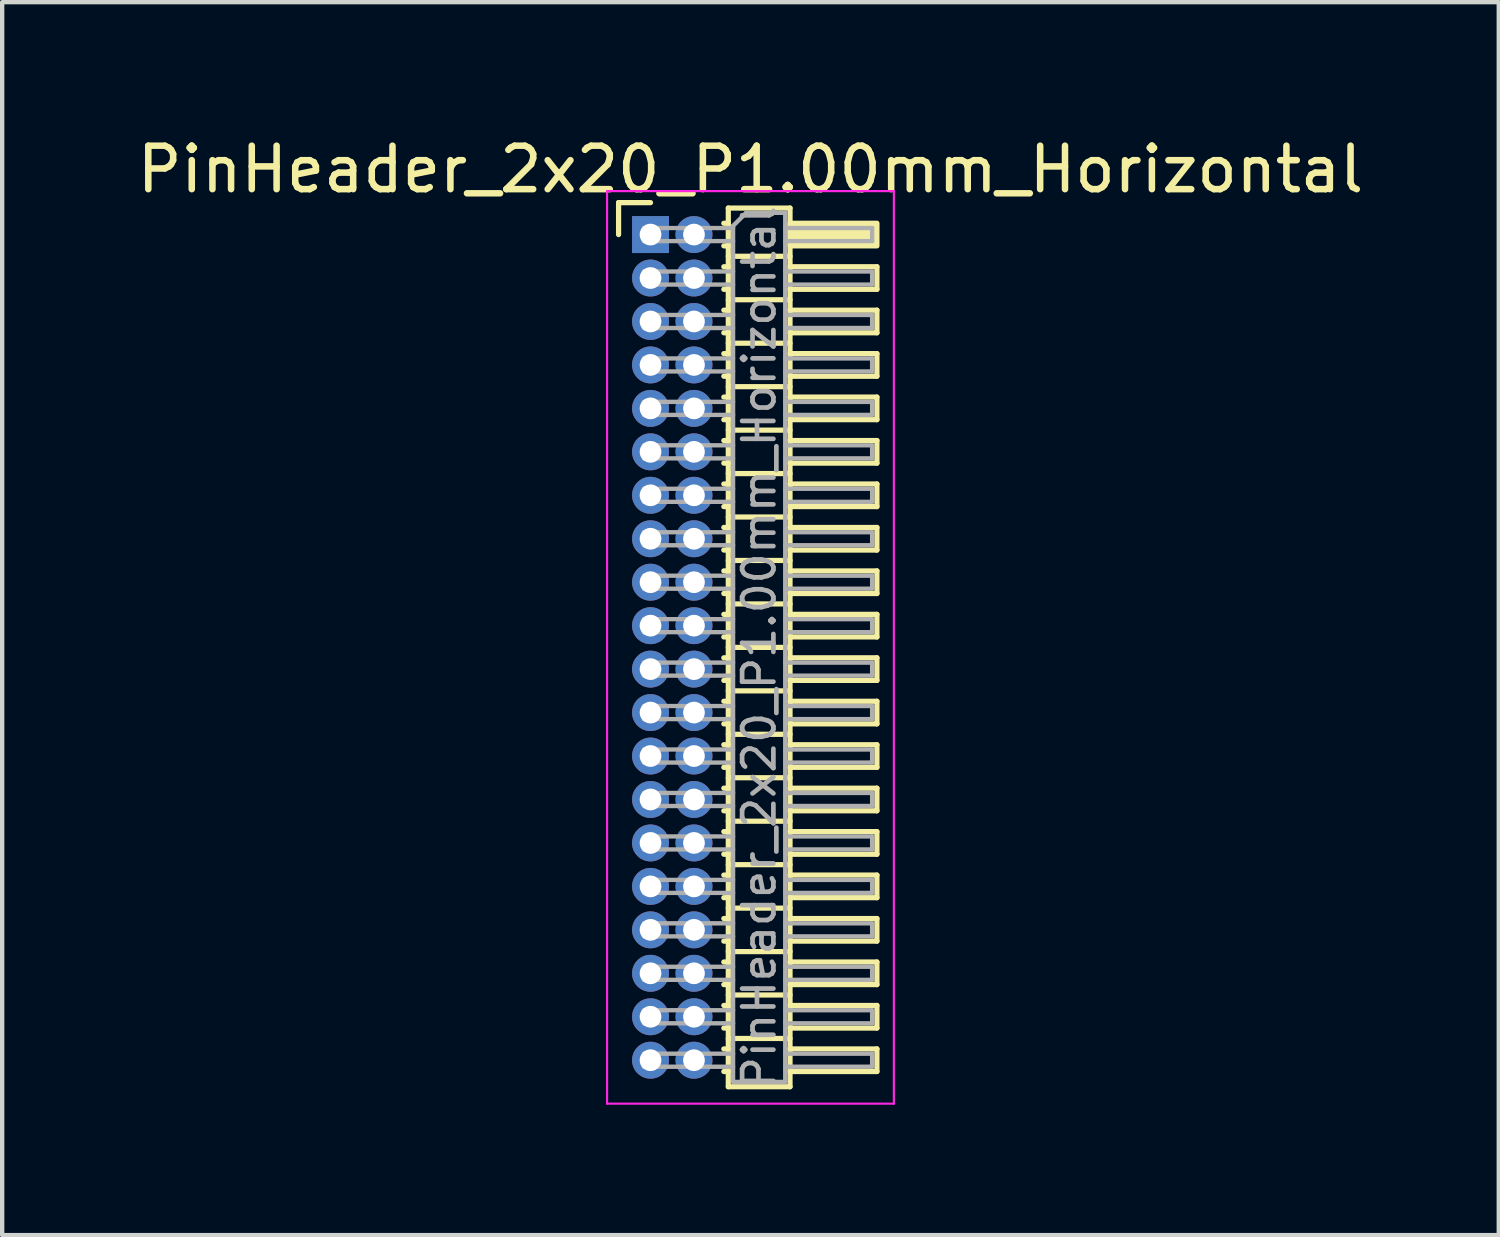
<source format=kicad_pcb>
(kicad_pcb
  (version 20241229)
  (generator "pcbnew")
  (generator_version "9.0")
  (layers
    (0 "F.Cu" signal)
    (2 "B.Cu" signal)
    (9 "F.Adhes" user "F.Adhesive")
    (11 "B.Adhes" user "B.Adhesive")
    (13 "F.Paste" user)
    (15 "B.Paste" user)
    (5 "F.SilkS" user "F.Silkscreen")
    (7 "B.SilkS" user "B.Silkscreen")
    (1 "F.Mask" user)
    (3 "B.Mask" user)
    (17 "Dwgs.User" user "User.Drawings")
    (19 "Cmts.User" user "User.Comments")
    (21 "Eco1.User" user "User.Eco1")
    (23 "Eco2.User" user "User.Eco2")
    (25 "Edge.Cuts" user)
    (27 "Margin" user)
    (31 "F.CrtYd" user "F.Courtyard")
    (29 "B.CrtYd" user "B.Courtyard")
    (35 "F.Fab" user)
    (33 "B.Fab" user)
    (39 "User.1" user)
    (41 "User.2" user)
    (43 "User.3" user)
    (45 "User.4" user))
  (footprint "PinHeader_2x20_P1.00mm_Horizontal"
    (layer "F.Cu")
    (at 11.92 2.348)
    (property "Reference" "PinHeader_2x20_P1.00mm_Horizontal" (at 2.3 -1.5 0) (layer "F.SilkS") (effects (font (size 1 1) (thickness 0.15))))
    (attr through_hole)
    (fp_line (start -0.735 -0.735) (end 0 -0.735) (stroke (width 0.12) (type solid)) (layer "F.SilkS"))
    (fp_line (start -0.735 0) (end -0.735 -0.735) (stroke (width 0.12) (type solid)) (layer "F.SilkS"))
    (fp_line (start 1.687 -0.26) (end 1.79 -0.26) (stroke (width 0.12) (type solid)) (layer "F.SilkS"))
    (fp_line (start 1.687 0.26) (end 1.79 0.26) (stroke (width 0.12) (type solid)) (layer "F.SilkS"))
    (fp_line (start 1.687 0.74) (end 1.79 0.74) (stroke (width 0.12) (type solid)) (layer "F.SilkS"))
    (fp_line (start 1.687 1.26) (end 1.79 1.26) (stroke (width 0.12) (type solid)) (layer "F.SilkS"))
    (fp_line (start 1.687 1.74) (end 1.79 1.74) (stroke (width 0.12) (type solid)) (layer "F.SilkS"))
    (fp_line (start 1.687 2.26) (end 1.79 2.26) (stroke (width 0.12) (type solid)) (layer "F.SilkS"))
    (fp_line (start 1.687 2.74) (end 1.79 2.74) (stroke (width 0.12) (type solid)) (layer "F.SilkS"))
    (fp_line (start 1.687 3.26) (end 1.79 3.26) (stroke (width 0.12) (type solid)) (layer "F.SilkS"))
    (fp_line (start 1.687 3.74) (end 1.79 3.74) (stroke (width 0.12) (type solid)) (layer "F.SilkS"))
    (fp_line (start 1.687 4.26) (end 1.79 4.26) (stroke (width 0.12) (type solid)) (layer "F.SilkS"))
    (fp_line (start 1.687 4.74) (end 1.79 4.74) (stroke (width 0.12) (type solid)) (layer "F.SilkS"))
    (fp_line (start 1.687 5.26) (end 1.79 5.26) (stroke (width 0.12) (type solid)) (layer "F.SilkS"))
    (fp_line (start 1.687 5.74) (end 1.79 5.74) (stroke (width 0.12) (type solid)) (layer "F.SilkS"))
    (fp_line (start 1.687 6.26) (end 1.79 6.26) (stroke (width 0.12) (type solid)) (layer "F.SilkS"))
    (fp_line (start 1.687 6.74) (end 1.79 6.74) (stroke (width 0.12) (type solid)) (layer "F.SilkS"))
    (fp_line (start 1.687 7.26) (end 1.79 7.26) (stroke (width 0.12) (type solid)) (layer "F.SilkS"))
    (fp_line (start 1.687 7.74) (end 1.79 7.74) (stroke (width 0.12) (type solid)) (layer "F.SilkS"))
    (fp_line (start 1.687 8.26) (end 1.79 8.26) (stroke (width 0.12) (type solid)) (layer "F.SilkS"))
    (fp_line (start 1.687 8.74) (end 1.79 8.74) (stroke (width 0.12) (type solid)) (layer "F.SilkS"))
    (fp_line (start 1.687 9.26) (end 1.79 9.26) (stroke (width 0.12) (type solid)) (layer "F.SilkS"))
    (fp_line (start 1.687 9.74) (end 1.79 9.74) (stroke (width 0.12) (type solid)) (layer "F.SilkS"))
    (fp_line (start 1.687 10.26) (end 1.79 10.26) (stroke (width 0.12) (type solid)) (layer "F.SilkS"))
    (fp_line (start 1.687 10.74) (end 1.79 10.74) (stroke (width 0.12) (type solid)) (layer "F.SilkS"))
    (fp_line (start 1.687 11.26) (end 1.79 11.26) (stroke (width 0.12) (type solid)) (layer "F.SilkS"))
    (fp_line (start 1.687 11.74) (end 1.79 11.74) (stroke (width 0.12) (type solid)) (layer "F.SilkS"))
    (fp_line (start 1.687 12.26) (end 1.79 12.26) (stroke (width 0.12) (type solid)) (layer "F.SilkS"))
    (fp_line (start 1.687 12.74) (end 1.79 12.74) (stroke (width 0.12) (type solid)) (layer "F.SilkS"))
    (fp_line (start 1.687 13.26) (end 1.79 13.26) (stroke (width 0.12) (type solid)) (layer "F.SilkS"))
    (fp_line (start 1.687 13.74) (end 1.79 13.74) (stroke (width 0.12) (type solid)) (layer "F.SilkS"))
    (fp_line (start 1.687 14.26) (end 1.79 14.26) (stroke (width 0.12) (type solid)) (layer "F.SilkS"))
    (fp_line (start 1.687 14.74) (end 1.79 14.74) (stroke (width 0.12) (type solid)) (layer "F.SilkS"))
    (fp_line (start 1.687 15.26) (end 1.79 15.26) (stroke (width 0.12) (type solid)) (layer "F.SilkS"))
    (fp_line (start 1.687 15.74) (end 1.79 15.74) (stroke (width 0.12) (type solid)) (layer "F.SilkS"))
    (fp_line (start 1.687 16.26) (end 1.79 16.26) (stroke (width 0.12) (type solid)) (layer "F.SilkS"))
    (fp_line (start 1.687 16.74) (end 1.79 16.74) (stroke (width 0.12) (type solid)) (layer "F.SilkS"))
    (fp_line (start 1.687 17.26) (end 1.79 17.26) (stroke (width 0.12) (type solid)) (layer "F.SilkS"))
    (fp_line (start 1.687 17.74) (end 1.79 17.74) (stroke (width 0.12) (type solid)) (layer "F.SilkS"))
    (fp_line (start 1.687 18.26) (end 1.79 18.26) (stroke (width 0.12) (type solid)) (layer "F.SilkS"))
    (fp_line (start 1.687 18.74) (end 1.79 18.74) (stroke (width 0.12) (type solid)) (layer "F.SilkS"))
    (fp_line (start 1.687 19.26) (end 1.79 19.26) (stroke (width 0.12) (type solid)) (layer "F.SilkS"))
    (fp_line (start 1.79 -0.61) (end 1.79 19.61) (stroke (width 0.12) (type solid)) (layer "F.SilkS"))
    (fp_line (start 1.79 0.5) (end 3.21 0.5) (stroke (width 0.12) (type solid)) (layer "F.SilkS"))
    (fp_line (start 1.79 1.5) (end 3.21 1.5) (stroke (width 0.12) (type solid)) (layer "F.SilkS"))
    (fp_line (start 1.79 2.5) (end 3.21 2.5) (stroke (width 0.12) (type solid)) (layer "F.SilkS"))
    (fp_line (start 1.79 3.5) (end 3.21 3.5) (stroke (width 0.12) (type solid)) (layer "F.SilkS"))
    (fp_line (start 1.79 4.5) (end 3.21 4.5) (stroke (width 0.12) (type solid)) (layer "F.SilkS"))
    (fp_line (start 1.79 5.5) (end 3.21 5.5) (stroke (width 0.12) (type solid)) (layer "F.SilkS"))
    (fp_line (start 1.79 6.5) (end 3.21 6.5) (stroke (width 0.12) (type solid)) (layer "F.SilkS"))
    (fp_line (start 1.79 7.5) (end 3.21 7.5) (stroke (width 0.12) (type solid)) (layer "F.SilkS"))
    (fp_line (start 1.79 8.5) (end 3.21 8.5) (stroke (width 0.12) (type solid)) (layer "F.SilkS"))
    (fp_line (start 1.79 9.5) (end 3.21 9.5) (stroke (width 0.12) (type solid)) (layer "F.SilkS"))
    (fp_line (start 1.79 10.5) (end 3.21 10.5) (stroke (width 0.12) (type solid)) (layer "F.SilkS"))
    (fp_line (start 1.79 11.5) (end 3.21 11.5) (stroke (width 0.12) (type solid)) (layer "F.SilkS"))
    (fp_line (start 1.79 12.5) (end 3.21 12.5) (stroke (width 0.12) (type solid)) (layer "F.SilkS"))
    (fp_line (start 1.79 13.5) (end 3.21 13.5) (stroke (width 0.12) (type solid)) (layer "F.SilkS"))
    (fp_line (start 1.79 14.5) (end 3.21 14.5) (stroke (width 0.12) (type solid)) (layer "F.SilkS"))
    (fp_line (start 1.79 15.5) (end 3.21 15.5) (stroke (width 0.12) (type solid)) (layer "F.SilkS"))
    (fp_line (start 1.79 16.5) (end 3.21 16.5) (stroke (width 0.12) (type solid)) (layer "F.SilkS"))
    (fp_line (start 1.79 17.5) (end 3.21 17.5) (stroke (width 0.12) (type solid)) (layer "F.SilkS"))
    (fp_line (start 1.79 18.5) (end 3.21 18.5) (stroke (width 0.12) (type solid)) (layer "F.SilkS"))
    (fp_line (start 1.79 19.61) (end 3.21 19.61) (stroke (width 0.12) (type solid)) (layer "F.SilkS"))
    (fp_line (start 3.21 -0.61) (end 1.79 -0.61) (stroke (width 0.12) (type solid)) (layer "F.SilkS"))
    (fp_line (start 3.21 0.74) (end 5.21 0.74) (stroke (width 0.12) (type solid)) (layer "F.SilkS"))
    (fp_line (start 3.21 1.74) (end 5.21 1.74) (stroke (width 0.12) (type solid)) (layer "F.SilkS"))
    (fp_line (start 3.21 2.74) (end 5.21 2.74) (stroke (width 0.12) (type solid)) (layer "F.SilkS"))
    (fp_line (start 3.21 3.74) (end 5.21 3.74) (stroke (width 0.12) (type solid)) (layer "F.SilkS"))
    (fp_line (start 3.21 4.74) (end 5.21 4.74) (stroke (width 0.12) (type solid)) (layer "F.SilkS"))
    (fp_line (start 3.21 5.74) (end 5.21 5.74) (stroke (width 0.12) (type solid)) (layer "F.SilkS"))
    (fp_line (start 3.21 6.74) (end 5.21 6.74) (stroke (width 0.12) (type solid)) (layer "F.SilkS"))
    (fp_line (start 3.21 7.74) (end 5.21 7.74) (stroke (width 0.12) (type solid)) (layer "F.SilkS"))
    (fp_line (start 3.21 8.74) (end 5.21 8.74) (stroke (width 0.12) (type solid)) (layer "F.SilkS"))
    (fp_line (start 3.21 9.74) (end 5.21 9.74) (stroke (width 0.12) (type solid)) (layer "F.SilkS"))
    (fp_line (start 3.21 10.74) (end 5.21 10.74) (stroke (width 0.12) (type solid)) (layer "F.SilkS"))
    (fp_line (start 3.21 11.74) (end 5.21 11.74) (stroke (width 0.12) (type solid)) (layer "F.SilkS"))
    (fp_line (start 3.21 12.74) (end 5.21 12.74) (stroke (width 0.12) (type solid)) (layer "F.SilkS"))
    (fp_line (start 3.21 13.74) (end 5.21 13.74) (stroke (width 0.12) (type solid)) (layer "F.SilkS"))
    (fp_line (start 3.21 14.74) (end 5.21 14.74) (stroke (width 0.12) (type solid)) (layer "F.SilkS"))
    (fp_line (start 3.21 15.74) (end 5.21 15.74) (stroke (width 0.12) (type solid)) (layer "F.SilkS"))
    (fp_line (start 3.21 16.74) (end 5.21 16.74) (stroke (width 0.12) (type solid)) (layer "F.SilkS"))
    (fp_line (start 3.21 17.74) (end 5.21 17.74) (stroke (width 0.12) (type solid)) (layer "F.SilkS"))
    (fp_line (start 3.21 18.74) (end 5.21 18.74) (stroke (width 0.12) (type solid)) (layer "F.SilkS"))
    (fp_line (start 3.21 19.61) (end 3.21 -0.61) (stroke (width 0.12) (type solid)) (layer "F.SilkS"))
    (fp_line (start 5.21 0.74) (end 5.21 1.26) (stroke (width 0.12) (type solid)) (layer "F.SilkS"))
    (fp_line (start 5.21 1.26) (end 3.21 1.26) (stroke (width 0.12) (type solid)) (layer "F.SilkS"))
    (fp_line (start 5.21 1.74) (end 5.21 2.26) (stroke (width 0.12) (type solid)) (layer "F.SilkS"))
    (fp_line (start 5.21 2.26) (end 3.21 2.26) (stroke (width 0.12) (type solid)) (layer "F.SilkS"))
    (fp_line (start 5.21 2.74) (end 5.21 3.26) (stroke (width 0.12) (type solid)) (layer "F.SilkS"))
    (fp_line (start 5.21 3.26) (end 3.21 3.26) (stroke (width 0.12) (type solid)) (layer "F.SilkS"))
    (fp_line (start 5.21 3.74) (end 5.21 4.26) (stroke (width 0.12) (type solid)) (layer "F.SilkS"))
    (fp_line (start 5.21 4.26) (end 3.21 4.26) (stroke (width 0.12) (type solid)) (layer "F.SilkS"))
    (fp_line (start 5.21 4.74) (end 5.21 5.26) (stroke (width 0.12) (type solid)) (layer "F.SilkS"))
    (fp_line (start 5.21 5.26) (end 3.21 5.26) (stroke (width 0.12) (type solid)) (layer "F.SilkS"))
    (fp_line (start 5.21 5.74) (end 5.21 6.26) (stroke (width 0.12) (type solid)) (layer "F.SilkS"))
    (fp_line (start 5.21 6.26) (end 3.21 6.26) (stroke (width 0.12) (type solid)) (layer "F.SilkS"))
    (fp_line (start 5.21 6.74) (end 5.21 7.26) (stroke (width 0.12) (type solid)) (layer "F.SilkS"))
    (fp_line (start 5.21 7.26) (end 3.21 7.26) (stroke (width 0.12) (type solid)) (layer "F.SilkS"))
    (fp_line (start 5.21 7.74) (end 5.21 8.26) (stroke (width 0.12) (type solid)) (layer "F.SilkS"))
    (fp_line (start 5.21 8.26) (end 3.21 8.26) (stroke (width 0.12) (type solid)) (layer "F.SilkS"))
    (fp_line (start 5.21 8.74) (end 5.21 9.26) (stroke (width 0.12) (type solid)) (layer "F.SilkS"))
    (fp_line (start 5.21 9.26) (end 3.21 9.26) (stroke (width 0.12) (type solid)) (layer "F.SilkS"))
    (fp_line (start 5.21 9.74) (end 5.21 10.26) (stroke (width 0.12) (type solid)) (layer "F.SilkS"))
    (fp_line (start 5.21 10.26) (end 3.21 10.26) (stroke (width 0.12) (type solid)) (layer "F.SilkS"))
    (fp_line (start 5.21 10.74) (end 5.21 11.26) (stroke (width 0.12) (type solid)) (layer "F.SilkS"))
    (fp_line (start 5.21 11.26) (end 3.21 11.26) (stroke (width 0.12) (type solid)) (layer "F.SilkS"))
    (fp_line (start 5.21 11.74) (end 5.21 12.26) (stroke (width 0.12) (type solid)) (layer "F.SilkS"))
    (fp_line (start 5.21 12.26) (end 3.21 12.26) (stroke (width 0.12) (type solid)) (layer "F.SilkS"))
    (fp_line (start 5.21 12.74) (end 5.21 13.26) (stroke (width 0.12) (type solid)) (layer "F.SilkS"))
    (fp_line (start 5.21 13.26) (end 3.21 13.26) (stroke (width 0.12) (type solid)) (layer "F.SilkS"))
    (fp_line (start 5.21 13.74) (end 5.21 14.26) (stroke (width 0.12) (type solid)) (layer "F.SilkS"))
    (fp_line (start 5.21 14.26) (end 3.21 14.26) (stroke (width 0.12) (type solid)) (layer "F.SilkS"))
    (fp_line (start 5.21 14.74) (end 5.21 15.26) (stroke (width 0.12) (type solid)) (layer "F.SilkS"))
    (fp_line (start 5.21 15.26) (end 3.21 15.26) (stroke (width 0.12) (type solid)) (layer "F.SilkS"))
    (fp_line (start 5.21 15.74) (end 5.21 16.26) (stroke (width 0.12) (type solid)) (layer "F.SilkS"))
    (fp_line (start 5.21 16.26) (end 3.21 16.26) (stroke (width 0.12) (type solid)) (layer "F.SilkS"))
    (fp_line (start 5.21 16.74) (end 5.21 17.26) (stroke (width 0.12) (type solid)) (layer "F.SilkS"))
    (fp_line (start 5.21 17.26) (end 3.21 17.26) (stroke (width 0.12) (type solid)) (layer "F.SilkS"))
    (fp_line (start 5.21 17.74) (end 5.21 18.26) (stroke (width 0.12) (type solid)) (layer "F.SilkS"))
    (fp_line (start 5.21 18.26) (end 3.21 18.26) (stroke (width 0.12) (type solid)) (layer "F.SilkS"))
    (fp_line (start 5.21 18.74) (end 5.21 19.26) (stroke (width 0.12) (type solid)) (layer "F.SilkS"))
    (fp_line (start 5.21 19.26) (end 3.21 19.26) (stroke (width 0.12) (type solid)) (layer "F.SilkS"))
    (fp_rect (start 3.21 -0.26) (end 5.21 0.26) (stroke (width 0.12) (type solid)) (fill yes) (layer "F.SilkS"))
    (fp_line (start -1 -1) (end -1 20) (stroke (width 0.05) (type solid)) (layer "F.CrtYd"))
    (fp_line (start -1 20) (end 5.6 20) (stroke (width 0.05) (type solid)) (layer "F.CrtYd"))
    (fp_line (start 5.6 -1) (end -1 -1) (stroke (width 0.05) (type solid)) (layer "F.CrtYd"))
    (fp_line (start 5.6 20) (end 5.6 -1) (stroke (width 0.05) (type solid)) (layer "F.CrtYd"))
    (fp_line (start -0.15 -0.15) (end -0.15 0.15) (stroke (width 0.1) (type solid)) (layer "F.Fab"))
    (fp_line (start -0.15 -0.15) (end 1.9 -0.15) (stroke (width 0.1) (type solid)) (layer "F.Fab"))
    (fp_line (start -0.15 0.15) (end 1.9 0.15) (stroke (width 0.1) (type solid)) (layer "F.Fab"))
    (fp_line (start -0.15 0.85) (end -0.15 1.15) (stroke (width 0.1) (type solid)) (layer "F.Fab"))
    (fp_line (start -0.15 0.85) (end 1.9 0.85) (stroke (width 0.1) (type solid)) (layer "F.Fab"))
    (fp_line (start -0.15 1.15) (end 1.9 1.15) (stroke (width 0.1) (type solid)) (layer "F.Fab"))
    (fp_line (start -0.15 1.85) (end -0.15 2.15) (stroke (width 0.1) (type solid)) (layer "F.Fab"))
    (fp_line (start -0.15 1.85) (end 1.9 1.85) (stroke (width 0.1) (type solid)) (layer "F.Fab"))
    (fp_line (start -0.15 2.15) (end 1.9 2.15) (stroke (width 0.1) (type solid)) (layer "F.Fab"))
    (fp_line (start -0.15 2.85) (end -0.15 3.15) (stroke (width 0.1) (type solid)) (layer "F.Fab"))
    (fp_line (start -0.15 2.85) (end 1.9 2.85) (stroke (width 0.1) (type solid)) (layer "F.Fab"))
    (fp_line (start -0.15 3.15) (end 1.9 3.15) (stroke (width 0.1) (type solid)) (layer "F.Fab"))
    (fp_line (start -0.15 3.85) (end -0.15 4.15) (stroke (width 0.1) (type solid)) (layer "F.Fab"))
    (fp_line (start -0.15 3.85) (end 1.9 3.85) (stroke (width 0.1) (type solid)) (layer "F.Fab"))
    (fp_line (start -0.15 4.15) (end 1.9 4.15) (stroke (width 0.1) (type solid)) (layer "F.Fab"))
    (fp_line (start -0.15 4.85) (end -0.15 5.15) (stroke (width 0.1) (type solid)) (layer "F.Fab"))
    (fp_line (start -0.15 4.85) (end 1.9 4.85) (stroke (width 0.1) (type solid)) (layer "F.Fab"))
    (fp_line (start -0.15 5.15) (end 1.9 5.15) (stroke (width 0.1) (type solid)) (layer "F.Fab"))
    (fp_line (start -0.15 5.85) (end -0.15 6.15) (stroke (width 0.1) (type solid)) (layer "F.Fab"))
    (fp_line (start -0.15 5.85) (end 1.9 5.85) (stroke (width 0.1) (type solid)) (layer "F.Fab"))
    (fp_line (start -0.15 6.15) (end 1.9 6.15) (stroke (width 0.1) (type solid)) (layer "F.Fab"))
    (fp_line (start -0.15 6.85) (end -0.15 7.15) (stroke (width 0.1) (type solid)) (layer "F.Fab"))
    (fp_line (start -0.15 6.85) (end 1.9 6.85) (stroke (width 0.1) (type solid)) (layer "F.Fab"))
    (fp_line (start -0.15 7.15) (end 1.9 7.15) (stroke (width 0.1) (type solid)) (layer "F.Fab"))
    (fp_line (start -0.15 7.85) (end -0.15 8.15) (stroke (width 0.1) (type solid)) (layer "F.Fab"))
    (fp_line (start -0.15 7.85) (end 1.9 7.85) (stroke (width 0.1) (type solid)) (layer "F.Fab"))
    (fp_line (start -0.15 8.15) (end 1.9 8.15) (stroke (width 0.1) (type solid)) (layer "F.Fab"))
    (fp_line (start -0.15 8.85) (end -0.15 9.15) (stroke (width 0.1) (type solid)) (layer "F.Fab"))
    (fp_line (start -0.15 8.85) (end 1.9 8.85) (stroke (width 0.1) (type solid)) (layer "F.Fab"))
    (fp_line (start -0.15 9.15) (end 1.9 9.15) (stroke (width 0.1) (type solid)) (layer "F.Fab"))
    (fp_line (start -0.15 9.85) (end -0.15 10.15) (stroke (width 0.1) (type solid)) (layer "F.Fab"))
    (fp_line (start -0.15 9.85) (end 1.9 9.85) (stroke (width 0.1) (type solid)) (layer "F.Fab"))
    (fp_line (start -0.15 10.15) (end 1.9 10.15) (stroke (width 0.1) (type solid)) (layer "F.Fab"))
    (fp_line (start -0.15 10.85) (end -0.15 11.15) (stroke (width 0.1) (type solid)) (layer "F.Fab"))
    (fp_line (start -0.15 10.85) (end 1.9 10.85) (stroke (width 0.1) (type solid)) (layer "F.Fab"))
    (fp_line (start -0.15 11.15) (end 1.9 11.15) (stroke (width 0.1) (type solid)) (layer "F.Fab"))
    (fp_line (start -0.15 11.85) (end -0.15 12.15) (stroke (width 0.1) (type solid)) (layer "F.Fab"))
    (fp_line (start -0.15 11.85) (end 1.9 11.85) (stroke (width 0.1) (type solid)) (layer "F.Fab"))
    (fp_line (start -0.15 12.15) (end 1.9 12.15) (stroke (width 0.1) (type solid)) (layer "F.Fab"))
    (fp_line (start -0.15 12.85) (end -0.15 13.15) (stroke (width 0.1) (type solid)) (layer "F.Fab"))
    (fp_line (start -0.15 12.85) (end 1.9 12.85) (stroke (width 0.1) (type solid)) (layer "F.Fab"))
    (fp_line (start -0.15 13.15) (end 1.9 13.15) (stroke (width 0.1) (type solid)) (layer "F.Fab"))
    (fp_line (start -0.15 13.85) (end -0.15 14.15) (stroke (width 0.1) (type solid)) (layer "F.Fab"))
    (fp_line (start -0.15 13.85) (end 1.9 13.85) (stroke (width 0.1) (type solid)) (layer "F.Fab"))
    (fp_line (start -0.15 14.15) (end 1.9 14.15) (stroke (width 0.1) (type solid)) (layer "F.Fab"))
    (fp_line (start -0.15 14.85) (end -0.15 15.15) (stroke (width 0.1) (type solid)) (layer "F.Fab"))
    (fp_line (start -0.15 14.85) (end 1.9 14.85) (stroke (width 0.1) (type solid)) (layer "F.Fab"))
    (fp_line (start -0.15 15.15) (end 1.9 15.15) (stroke (width 0.1) (type solid)) (layer "F.Fab"))
    (fp_line (start -0.15 15.85) (end -0.15 16.15) (stroke (width 0.1) (type solid)) (layer "F.Fab"))
    (fp_line (start -0.15 15.85) (end 1.9 15.85) (stroke (width 0.1) (type solid)) (layer "F.Fab"))
    (fp_line (start -0.15 16.15) (end 1.9 16.15) (stroke (width 0.1) (type solid)) (layer "F.Fab"))
    (fp_line (start -0.15 16.85) (end -0.15 17.15) (stroke (width 0.1) (type solid)) (layer "F.Fab"))
    (fp_line (start -0.15 16.85) (end 1.9 16.85) (stroke (width 0.1) (type solid)) (layer "F.Fab"))
    (fp_line (start -0.15 17.15) (end 1.9 17.15) (stroke (width 0.1) (type solid)) (layer "F.Fab"))
    (fp_line (start -0.15 17.85) (end -0.15 18.15) (stroke (width 0.1) (type solid)) (layer "F.Fab"))
    (fp_line (start -0.15 17.85) (end 1.9 17.85) (stroke (width 0.1) (type solid)) (layer "F.Fab"))
    (fp_line (start -0.15 18.15) (end 1.9 18.15) (stroke (width 0.1) (type solid)) (layer "F.Fab"))
    (fp_line (start -0.15 18.85) (end -0.15 19.15) (stroke (width 0.1) (type solid)) (layer "F.Fab"))
    (fp_line (start -0.15 18.85) (end 1.9 18.85) (stroke (width 0.1) (type solid)) (layer "F.Fab"))
    (fp_line (start -0.15 19.15) (end 1.9 19.15) (stroke (width 0.1) (type solid)) (layer "F.Fab"))
    (fp_line (start 1.9 -0.2) (end 2.2 -0.5) (stroke (width 0.1) (type solid)) (layer "F.Fab"))
    (fp_line (start 1.9 19.5) (end 1.9 -0.2) (stroke (width 0.1) (type solid)) (layer "F.Fab"))
    (fp_line (start 2.2 -0.5) (end 3.1 -0.5) (stroke (width 0.1) (type solid)) (layer "F.Fab"))
    (fp_line (start 3.1 -0.5) (end 3.1 19.5) (stroke (width 0.1) (type solid)) (layer "F.Fab"))
    (fp_line (start 3.1 -0.15) (end 5.1 -0.15) (stroke (width 0.1) (type solid)) (layer "F.Fab"))
    (fp_line (start 3.1 0.15) (end 5.1 0.15) (stroke (width 0.1) (type solid)) (layer "F.Fab"))
    (fp_line (start 3.1 0.85) (end 5.1 0.85) (stroke (width 0.1) (type solid)) (layer "F.Fab"))
    (fp_line (start 3.1 1.15) (end 5.1 1.15) (stroke (width 0.1) (type solid)) (layer "F.Fab"))
    (fp_line (start 3.1 1.85) (end 5.1 1.85) (stroke (width 0.1) (type solid)) (layer "F.Fab"))
    (fp_line (start 3.1 2.15) (end 5.1 2.15) (stroke (width 0.1) (type solid)) (layer "F.Fab"))
    (fp_line (start 3.1 2.85) (end 5.1 2.85) (stroke (width 0.1) (type solid)) (layer "F.Fab"))
    (fp_line (start 3.1 3.15) (end 5.1 3.15) (stroke (width 0.1) (type solid)) (layer "F.Fab"))
    (fp_line (start 3.1 3.85) (end 5.1 3.85) (stroke (width 0.1) (type solid)) (layer "F.Fab"))
    (fp_line (start 3.1 4.15) (end 5.1 4.15) (stroke (width 0.1) (type solid)) (layer "F.Fab"))
    (fp_line (start 3.1 4.85) (end 5.1 4.85) (stroke (width 0.1) (type solid)) (layer "F.Fab"))
    (fp_line (start 3.1 5.15) (end 5.1 5.15) (stroke (width 0.1) (type solid)) (layer "F.Fab"))
    (fp_line (start 3.1 5.85) (end 5.1 5.85) (stroke (width 0.1) (type solid)) (layer "F.Fab"))
    (fp_line (start 3.1 6.15) (end 5.1 6.15) (stroke (width 0.1) (type solid)) (layer "F.Fab"))
    (fp_line (start 3.1 6.85) (end 5.1 6.85) (stroke (width 0.1) (type solid)) (layer "F.Fab"))
    (fp_line (start 3.1 7.15) (end 5.1 7.15) (stroke (width 0.1) (type solid)) (layer "F.Fab"))
    (fp_line (start 3.1 7.85) (end 5.1 7.85) (stroke (width 0.1) (type solid)) (layer "F.Fab"))
    (fp_line (start 3.1 8.15) (end 5.1 8.15) (stroke (width 0.1) (type solid)) (layer "F.Fab"))
    (fp_line (start 3.1 8.85) (end 5.1 8.85) (stroke (width 0.1) (type solid)) (layer "F.Fab"))
    (fp_line (start 3.1 9.15) (end 5.1 9.15) (stroke (width 0.1) (type solid)) (layer "F.Fab"))
    (fp_line (start 3.1 9.85) (end 5.1 9.85) (stroke (width 0.1) (type solid)) (layer "F.Fab"))
    (fp_line (start 3.1 10.15) (end 5.1 10.15) (stroke (width 0.1) (type solid)) (layer "F.Fab"))
    (fp_line (start 3.1 10.85) (end 5.1 10.85) (stroke (width 0.1) (type solid)) (layer "F.Fab"))
    (fp_line (start 3.1 11.15) (end 5.1 11.15) (stroke (width 0.1) (type solid)) (layer "F.Fab"))
    (fp_line (start 3.1 11.85) (end 5.1 11.85) (stroke (width 0.1) (type solid)) (layer "F.Fab"))
    (fp_line (start 3.1 12.15) (end 5.1 12.15) (stroke (width 0.1) (type solid)) (layer "F.Fab"))
    (fp_line (start 3.1 12.85) (end 5.1 12.85) (stroke (width 0.1) (type solid)) (layer "F.Fab"))
    (fp_line (start 3.1 13.15) (end 5.1 13.15) (stroke (width 0.1) (type solid)) (layer "F.Fab"))
    (fp_line (start 3.1 13.85) (end 5.1 13.85) (stroke (width 0.1) (type solid)) (layer "F.Fab"))
    (fp_line (start 3.1 14.15) (end 5.1 14.15) (stroke (width 0.1) (type solid)) (layer "F.Fab"))
    (fp_line (start 3.1 14.85) (end 5.1 14.85) (stroke (width 0.1) (type solid)) (layer "F.Fab"))
    (fp_line (start 3.1 15.15) (end 5.1 15.15) (stroke (width 0.1) (type solid)) (layer "F.Fab"))
    (fp_line (start 3.1 15.85) (end 5.1 15.85) (stroke (width 0.1) (type solid)) (layer "F.Fab"))
    (fp_line (start 3.1 16.15) (end 5.1 16.15) (stroke (width 0.1) (type solid)) (layer "F.Fab"))
    (fp_line (start 3.1 16.85) (end 5.1 16.85) (stroke (width 0.1) (type solid)) (layer "F.Fab"))
    (fp_line (start 3.1 17.15) (end 5.1 17.15) (stroke (width 0.1) (type solid)) (layer "F.Fab"))
    (fp_line (start 3.1 17.85) (end 5.1 17.85) (stroke (width 0.1) (type solid)) (layer "F.Fab"))
    (fp_line (start 3.1 18.15) (end 5.1 18.15) (stroke (width 0.1) (type solid)) (layer "F.Fab"))
    (fp_line (start 3.1 18.85) (end 5.1 18.85) (stroke (width 0.1) (type solid)) (layer "F.Fab"))
    (fp_line (start 3.1 19.15) (end 5.1 19.15) (stroke (width 0.1) (type solid)) (layer "F.Fab"))
    (fp_line (start 3.1 19.5) (end 1.9 19.5) (stroke (width 0.1) (type solid)) (layer "F.Fab"))
    (fp_line (start 5.1 -0.15) (end 5.1 0.15) (stroke (width 0.1) (type solid)) (layer "F.Fab"))
    (fp_line (start 5.1 0.85) (end 5.1 1.15) (stroke (width 0.1) (type solid)) (layer "F.Fab"))
    (fp_line (start 5.1 1.85) (end 5.1 2.15) (stroke (width 0.1) (type solid)) (layer "F.Fab"))
    (fp_line (start 5.1 2.85) (end 5.1 3.15) (stroke (width 0.1) (type solid)) (layer "F.Fab"))
    (fp_line (start 5.1 3.85) (end 5.1 4.15) (stroke (width 0.1) (type solid)) (layer "F.Fab"))
    (fp_line (start 5.1 4.85) (end 5.1 5.15) (stroke (width 0.1) (type solid)) (layer "F.Fab"))
    (fp_line (start 5.1 5.85) (end 5.1 6.15) (stroke (width 0.1) (type solid)) (layer "F.Fab"))
    (fp_line (start 5.1 6.85) (end 5.1 7.15) (stroke (width 0.1) (type solid)) (layer "F.Fab"))
    (fp_line (start 5.1 7.85) (end 5.1 8.15) (stroke (width 0.1) (type solid)) (layer "F.Fab"))
    (fp_line (start 5.1 8.85) (end 5.1 9.15) (stroke (width 0.1) (type solid)) (layer "F.Fab"))
    (fp_line (start 5.1 9.85) (end 5.1 10.15) (stroke (width 0.1) (type solid)) (layer "F.Fab"))
    (fp_line (start 5.1 10.85) (end 5.1 11.15) (stroke (width 0.1) (type solid)) (layer "F.Fab"))
    (fp_line (start 5.1 11.85) (end 5.1 12.15) (stroke (width 0.1) (type solid)) (layer "F.Fab"))
    (fp_line (start 5.1 12.85) (end 5.1 13.15) (stroke (width 0.1) (type solid)) (layer "F.Fab"))
    (fp_line (start 5.1 13.85) (end 5.1 14.15) (stroke (width 0.1) (type solid)) (layer "F.Fab"))
    (fp_line (start 5.1 14.85) (end 5.1 15.15) (stroke (width 0.1) (type solid)) (layer "F.Fab"))
    (fp_line (start 5.1 15.85) (end 5.1 16.15) (stroke (width 0.1) (type solid)) (layer "F.Fab"))
    (fp_line (start 5.1 16.85) (end 5.1 17.15) (stroke (width 0.1) (type solid)) (layer "F.Fab"))
    (fp_line (start 5.1 17.85) (end 5.1 18.15) (stroke (width 0.1) (type solid)) (layer "F.Fab"))
    (fp_line (start 5.1 18.85) (end 5.1 19.15) (stroke (width 0.1) (type solid)) (layer "F.Fab"))
    (fp_text user "${REFERENCE}" (at 2.5 9.5 90) (layer "F.Fab") (effects (font (size 0.72 0.72) (thickness 0.108))))
    (pad "1" thru_hole rect (at 0 0) (size 0.85 0.85) (drill 0.5) (layers "*.Cu" "*.Mask"))
    (pad "2" thru_hole circle (at 1 0) (size 0.85 0.85) (drill 0.5) (layers "*.Cu" "*.Mask"))
    (pad "3" thru_hole circle (at 0 1) (size 0.85 0.85) (drill 0.5) (layers "*.Cu" "*.Mask"))
    (pad "4" thru_hole circle (at 1 1) (size 0.85 0.85) (drill 0.5) (layers "*.Cu" "*.Mask"))
    (pad "5" thru_hole circle (at 0 2) (size 0.85 0.85) (drill 0.5) (layers "*.Cu" "*.Mask"))
    (pad "6" thru_hole circle (at 1 2) (size 0.85 0.85) (drill 0.5) (layers "*.Cu" "*.Mask"))
    (pad "7" thru_hole circle (at 0 3) (size 0.85 0.85) (drill 0.5) (layers "*.Cu" "*.Mask"))
    (pad "8" thru_hole circle (at 1 3) (size 0.85 0.85) (drill 0.5) (layers "*.Cu" "*.Mask"))
    (pad "9" thru_hole circle (at 0 4) (size 0.85 0.85) (drill 0.5) (layers "*.Cu" "*.Mask"))
    (pad "10" thru_hole circle (at 1 4) (size 0.85 0.85) (drill 0.5) (layers "*.Cu" "*.Mask"))
    (pad "11" thru_hole circle (at 0 5) (size 0.85 0.85) (drill 0.5) (layers "*.Cu" "*.Mask"))
    (pad "12" thru_hole circle (at 1 5) (size 0.85 0.85) (drill 0.5) (layers "*.Cu" "*.Mask"))
    (pad "13" thru_hole circle (at 0 6) (size 0.85 0.85) (drill 0.5) (layers "*.Cu" "*.Mask"))
    (pad "14" thru_hole circle (at 1 6) (size 0.85 0.85) (drill 0.5) (layers "*.Cu" "*.Mask"))
    (pad "15" thru_hole circle (at 0 7) (size 0.85 0.85) (drill 0.5) (layers "*.Cu" "*.Mask"))
    (pad "16" thru_hole circle (at 1 7) (size 0.85 0.85) (drill 0.5) (layers "*.Cu" "*.Mask"))
    (pad "17" thru_hole circle (at 0 8) (size 0.85 0.85) (drill 0.5) (layers "*.Cu" "*.Mask"))
    (pad "18" thru_hole circle (at 1 8) (size 0.85 0.85) (drill 0.5) (layers "*.Cu" "*.Mask"))
    (pad "19" thru_hole circle (at 0 9) (size 0.85 0.85) (drill 0.5) (layers "*.Cu" "*.Mask"))
    (pad "20" thru_hole circle (at 1 9) (size 0.85 0.85) (drill 0.5) (layers "*.Cu" "*.Mask"))
    (pad "21" thru_hole circle (at 0 10) (size 0.85 0.85) (drill 0.5) (layers "*.Cu" "*.Mask"))
    (pad "22" thru_hole circle (at 1 10) (size 0.85 0.85) (drill 0.5) (layers "*.Cu" "*.Mask"))
    (pad "23" thru_hole circle (at 0 11) (size 0.85 0.85) (drill 0.5) (layers "*.Cu" "*.Mask"))
    (pad "24" thru_hole circle (at 1 11) (size 0.85 0.85) (drill 0.5) (layers "*.Cu" "*.Mask"))
    (pad "25" thru_hole circle (at 0 12) (size 0.85 0.85) (drill 0.5) (layers "*.Cu" "*.Mask"))
    (pad "26" thru_hole circle (at 1 12) (size 0.85 0.85) (drill 0.5) (layers "*.Cu" "*.Mask"))
    (pad "27" thru_hole circle (at 0 13) (size 0.85 0.85) (drill 0.5) (layers "*.Cu" "*.Mask"))
    (pad "28" thru_hole circle (at 1 13) (size 0.85 0.85) (drill 0.5) (layers "*.Cu" "*.Mask"))
    (pad "29" thru_hole circle (at 0 14) (size 0.85 0.85) (drill 0.5) (layers "*.Cu" "*.Mask"))
    (pad "30" thru_hole circle (at 1 14) (size 0.85 0.85) (drill 0.5) (layers "*.Cu" "*.Mask"))
    (pad "31" thru_hole circle (at 0 15) (size 0.85 0.85) (drill 0.5) (layers "*.Cu" "*.Mask"))
    (pad "32" thru_hole circle (at 1 15) (size 0.85 0.85) (drill 0.5) (layers "*.Cu" "*.Mask"))
    (pad "33" thru_hole circle (at 0 16) (size 0.85 0.85) (drill 0.5) (layers "*.Cu" "*.Mask"))
    (pad "34" thru_hole circle (at 1 16) (size 0.85 0.85) (drill 0.5) (layers "*.Cu" "*.Mask"))
    (pad "35" thru_hole circle (at 0 17) (size 0.85 0.85) (drill 0.5) (layers "*.Cu" "*.Mask"))
    (pad "36" thru_hole circle (at 1 17) (size 0.85 0.85) (drill 0.5) (layers "*.Cu" "*.Mask"))
    (pad "37" thru_hole circle (at 0 18) (size 0.85 0.85) (drill 0.5) (layers "*.Cu" "*.Mask"))
    (pad "38" thru_hole circle (at 1 18) (size 0.85 0.85) (drill 0.5) (layers "*.Cu" "*.Mask"))
    (pad "39" thru_hole circle (at 0 19) (size 0.85 0.85) (drill 0.5) (layers "*.Cu" "*.Mask"))
    (pad "40" thru_hole circle (at 1 19) (size 0.85 0.85) (drill 0.5) (layers "*.Cu" "*.Mask")))
  (gr_rect
    (start -3 -3)
    (end 31.44 25.373)
    (stroke (width 0.1) (type default))
    (fill no)
    (layer "Edge.Cuts")))
</source>
